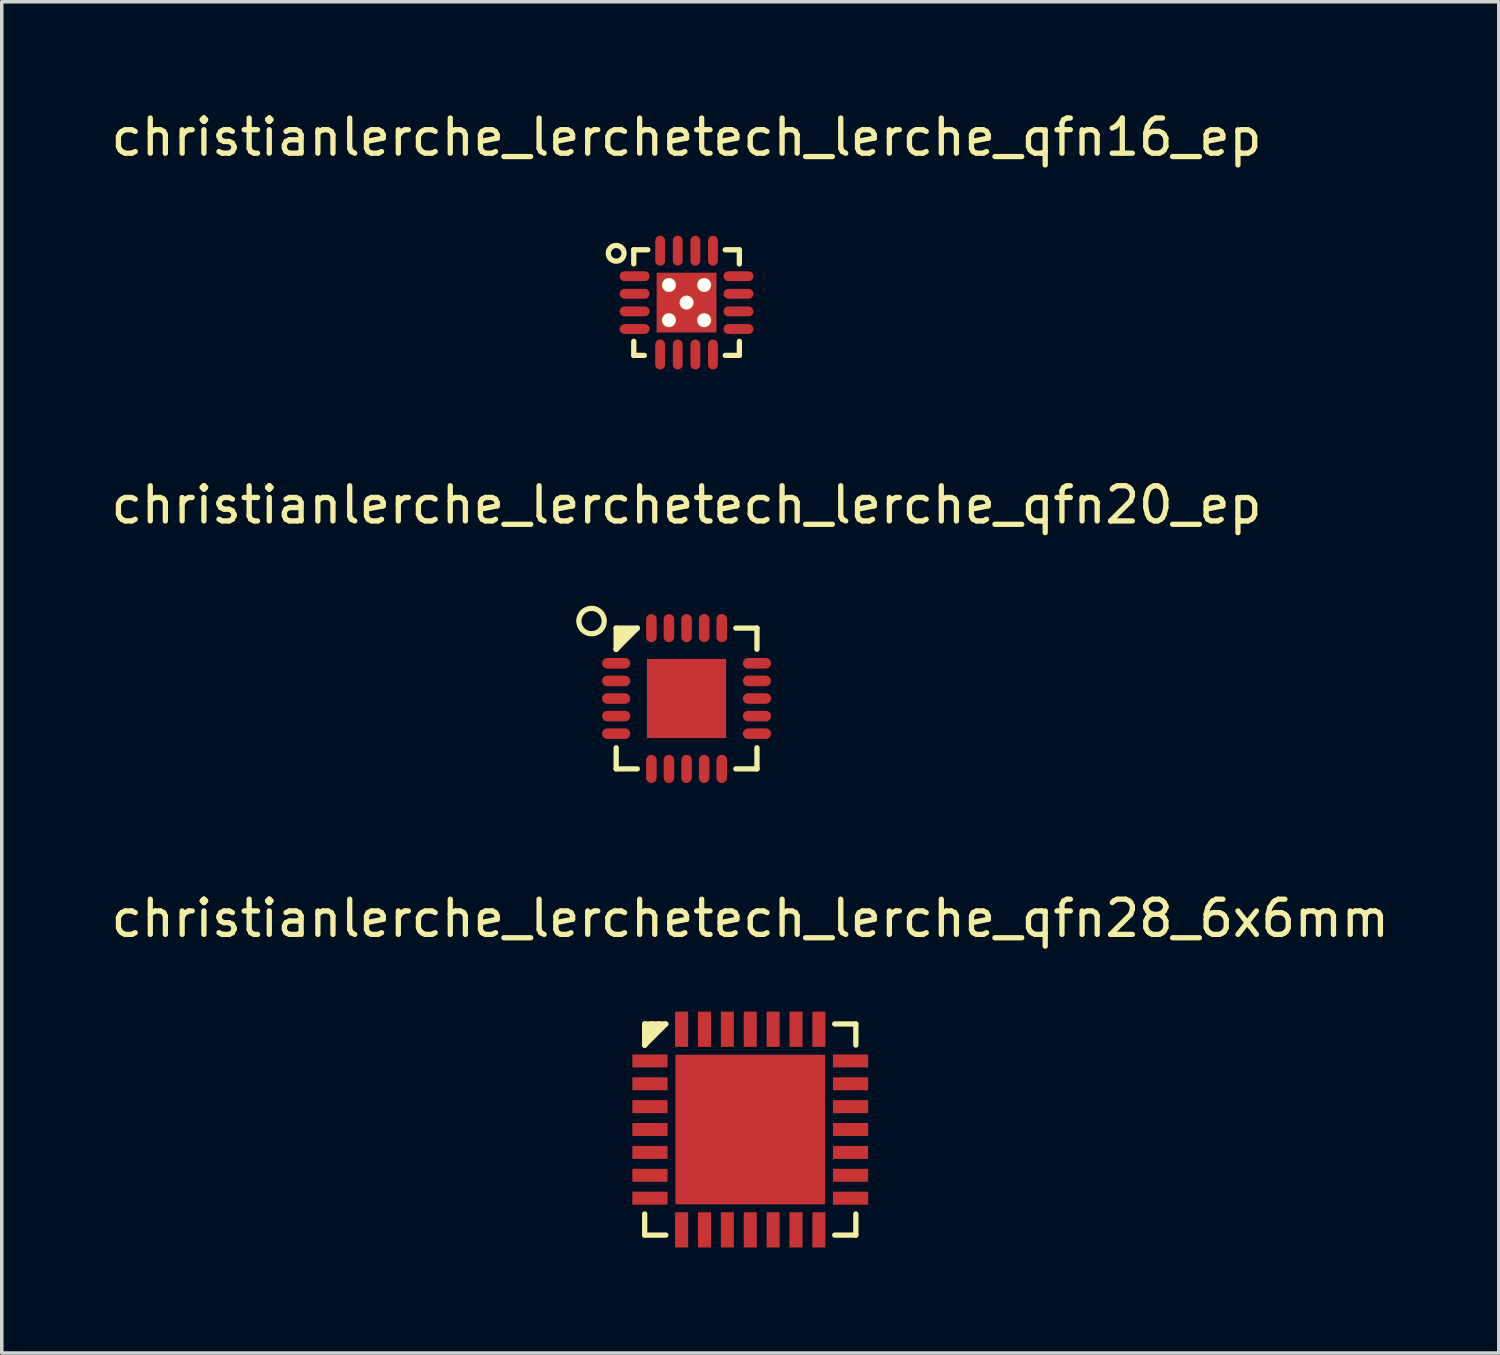
<source format=kicad_pcb>
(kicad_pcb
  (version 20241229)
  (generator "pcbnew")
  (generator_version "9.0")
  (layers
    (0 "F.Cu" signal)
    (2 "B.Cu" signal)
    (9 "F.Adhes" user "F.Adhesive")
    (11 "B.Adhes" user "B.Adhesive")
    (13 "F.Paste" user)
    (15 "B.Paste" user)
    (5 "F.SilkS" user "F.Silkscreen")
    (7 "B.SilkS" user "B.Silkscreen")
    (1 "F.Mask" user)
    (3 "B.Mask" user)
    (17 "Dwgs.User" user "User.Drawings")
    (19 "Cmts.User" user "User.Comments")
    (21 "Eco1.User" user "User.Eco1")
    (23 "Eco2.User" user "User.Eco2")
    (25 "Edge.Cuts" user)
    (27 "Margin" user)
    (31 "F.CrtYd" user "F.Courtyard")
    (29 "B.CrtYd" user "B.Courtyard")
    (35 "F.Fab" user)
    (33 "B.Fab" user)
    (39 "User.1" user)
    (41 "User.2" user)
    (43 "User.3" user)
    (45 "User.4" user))
  (footprint "christianlerche_lerchetech_lerche_qfn20_ep"
    (layer "F.Cu")
    (at 16.458 16.797)
    (property "Reference" "christianlerche_lerchetech_lerche_qfn20_ep" (at 0 -5.5 0) (layer "F.SilkS") (effects (font (size 1 1) (thickness 0.15))))
    (attr through_hole)
    (fp_line (start -2 -2) (end -2 -1.4) (stroke (width 0.15) (type solid)) (layer "F.SilkS"))
    (fp_line (start -2 -2) (end -1.4 -2) (stroke (width 0.15) (type solid)) (layer "F.SilkS"))
    (fp_line (start -2 -1.4) (end -1.6 -1.9) (stroke (width 0.15) (type solid)) (layer "F.SilkS"))
    (fp_line (start -2 1.4) (end -2 2) (stroke (width 0.15) (type solid)) (layer "F.SilkS"))
    (fp_line (start -2 2) (end -1.4 2) (stroke (width 0.15) (type solid)) (layer "F.SilkS"))
    (fp_line (start -1.9 -1.9) (end -1.9 -1.8) (stroke (width 0.15) (type solid)) (layer "F.SilkS"))
    (fp_line (start -1.9 -1.7) (end -1.9 -1.8) (stroke (width 0.15) (type solid)) (layer "F.SilkS"))
    (fp_line (start -1.9 -1.6) (end -1.7 -1.9) (stroke (width 0.15) (type solid)) (layer "F.SilkS"))
    (fp_line (start -1.7 -1.9) (end -1.9 -1.9) (stroke (width 0.15) (type solid)) (layer "F.SilkS"))
    (fp_line (start -1.6 -1.9) (end -1.9 -1.6) (stroke (width 0.15) (type solid)) (layer "F.SilkS"))
    (fp_line (start -1.4 -2) (end -2 -1.4) (stroke (width 0.15) (type solid)) (layer "F.SilkS"))
    (fp_line (start 1.4 -2) (end 2 -2) (stroke (width 0.15) (type solid)) (layer "F.SilkS"))
    (fp_line (start 1.4 2) (end 2 2) (stroke (width 0.15) (type solid)) (layer "F.SilkS"))
    (fp_line (start 2 -2) (end 2 -1.4) (stroke (width 0.15) (type solid)) (layer "F.SilkS"))
    (fp_line (start 2 2) (end 2 1.4) (stroke (width 0.15) (type solid)) (layer "F.SilkS"))
    (fp_circle (center -2.7 -2.2) (end -2.5 -1.9) (stroke (width 0.15) (type solid)) (fill no) (layer "F.SilkS"))
    (pad "1" smd oval (at -2 -1) (size 0.8 0.3) (layers "F.Cu" "F.Mask" "F.Paste"))
    (pad "2" smd oval (at -2 -0.5) (size 0.8 0.3) (layers "F.Cu" "F.Mask" "F.Paste"))
    (pad "3" smd oval (at -2 0) (size 0.8 0.3) (layers "F.Cu" "F.Mask" "F.Paste"))
    (pad "4" smd oval (at -2 0.5) (size 0.8 0.3) (layers "F.Cu" "F.Mask" "F.Paste"))
    (pad "5" smd oval (at -2 1) (size 0.8 0.3) (layers "F.Cu" "F.Mask" "F.Paste"))
    (pad "6" smd oval (at -1 2) (size 0.3 0.8) (layers "F.Cu" "F.Mask" "F.Paste"))
    (pad "7" smd oval (at -0.5 2) (size 0.3 0.8) (layers "F.Cu" "F.Mask" "F.Paste"))
    (pad "8" smd oval (at 0 2) (size 0.3 0.8) (layers "F.Cu" "F.Mask" "F.Paste"))
    (pad "9" smd oval (at 0.5 2) (size 0.3 0.8) (layers "F.Cu" "F.Mask" "F.Paste"))
    (pad "10" smd oval (at 1 2) (size 0.3 0.8) (layers "F.Cu" "F.Mask" "F.Paste"))
    (pad "11" smd oval (at 2 1) (size 0.8 0.3) (layers "F.Cu" "F.Mask" "F.Paste"))
    (pad "12" smd oval (at 2 0.5) (size 0.8 0.3) (layers "F.Cu" "F.Mask" "F.Paste"))
    (pad "13" smd oval (at 2 0) (size 0.8 0.3) (layers "F.Cu" "F.Mask" "F.Paste"))
    (pad "14" smd oval (at 2 -0.5) (size 0.8 0.3) (layers "F.Cu" "F.Mask" "F.Paste"))
    (pad "15" smd oval (at 2 -1) (size 0.8 0.3) (layers "F.Cu" "F.Mask" "F.Paste"))
    (pad "16" smd oval (at 1 -2) (size 0.3 0.8) (layers "F.Cu" "F.Mask" "F.Paste"))
    (pad "17" smd oval (at 0.5 -2) (size 0.3 0.8) (layers "F.Cu" "F.Mask" "F.Paste"))
    (pad "18" smd oval (at 0 -2) (size 0.3 0.8) (layers "F.Cu" "F.Mask" "F.Paste"))
    (pad "19" smd oval (at -0.5 -2) (size 0.3 0.8) (layers "F.Cu" "F.Mask" "F.Paste"))
    (pad "20" smd oval (at -1 -2) (size 0.3 0.8) (layers "F.Cu" "F.Mask" "F.Paste"))
    (pad "PAD" smd rect (at 0 0) (size 2.25 2.25) (layers "F.Cu" "F.Mask" "F.Paste")))
  (footprint "christianlerche_lerchetech_lerche_qfn16_ep"
    (layer "F.Cu")
    (at 16.458 5.548)
    (property "Reference" "christianlerche_lerchetech_lerche_qfn16_ep" (at 0 -4.7 0) (layer "F.SilkS") (effects (font (size 1 1) (thickness 0.15))))
    (attr through_hole)
    (fp_line (start -1.5 -1.5) (end -1.5 -1.1) (stroke (width 0.15) (type solid)) (layer "F.SilkS"))
    (fp_line (start -1.5 1.5) (end -1.5 1.1) (stroke (width 0.15) (type solid)) (layer "F.SilkS"))
    (fp_line (start -1.2 1.5) (end -1.5 1.5) (stroke (width 0.15) (type solid)) (layer "F.SilkS"))
    (fp_line (start -1.1 -1.5) (end -1.5 -1.5) (stroke (width 0.15) (type solid)) (layer "F.SilkS"))
    (fp_line (start 1.1 -1.5) (end 1.5 -1.5) (stroke (width 0.15) (type solid)) (layer "F.SilkS"))
    (fp_line (start 1.1 1.5) (end 1.5 1.5) (stroke (width 0.15) (type solid)) (layer "F.SilkS"))
    (fp_line (start 1.5 -1.5) (end 1.5 -1.1) (stroke (width 0.15) (type solid)) (layer "F.SilkS"))
    (fp_line (start 1.5 1.5) (end 1.5 1.1) (stroke (width 0.15) (type solid)) (layer "F.SilkS"))
    (fp_circle (center -2 -1.4) (end -2.1 -1.2) (stroke (width 0.15) (type solid)) (fill no) (layer "F.SilkS"))
    (pad "1" smd oval (at -1.475 -0.75) (size 0.85 0.28) (layers "F.Cu" "F.Mask" "F.Paste"))
    (pad "2" smd oval (at -1.475 -0.25) (size 0.85 0.28) (layers "F.Cu" "F.Mask" "F.Paste"))
    (pad "3" smd oval (at -1.475 0.25) (size 0.85 0.28) (layers "F.Cu" "F.Mask" "F.Paste"))
    (pad "4" smd oval (at -1.475 0.75) (size 0.85 0.28) (layers "F.Cu" "F.Mask" "F.Paste"))
    (pad "5" smd oval (at -0.75 1.475) (size 0.28 0.85) (layers "F.Cu" "F.Mask" "F.Paste"))
    (pad "6" smd oval (at -0.25 1.475) (size 0.28 0.85) (layers "F.Cu" "F.Mask" "F.Paste"))
    (pad "7" smd oval (at 0.25 1.475) (size 0.28 0.85) (layers "F.Cu" "F.Mask" "F.Paste"))
    (pad "8" smd oval (at 0.75 1.475) (size 0.28 0.85) (layers "F.Cu" "F.Mask" "F.Paste"))
    (pad "9" smd oval (at 1.475 0.75) (size 0.85 0.28) (layers "F.Cu" "F.Mask" "F.Paste"))
    (pad "10" smd oval (at 1.475 0.25) (size 0.85 0.28) (layers "F.Cu" "F.Mask" "F.Paste"))
    (pad "11" smd oval (at 1.475 -0.25) (size 0.85 0.28) (layers "F.Cu" "F.Mask" "F.Paste"))
    (pad "12" smd oval (at 1.475 -0.75) (size 0.85 0.28) (layers "F.Cu" "F.Mask" "F.Paste"))
    (pad "13" smd oval (at 0.75 -1.475) (size 0.28 0.85) (layers "F.Cu" "F.Mask" "F.Paste"))
    (pad "14" smd oval (at 0.25 -1.475) (size 0.28 0.85) (layers "F.Cu" "F.Mask" "F.Paste"))
    (pad "15" smd oval (at -0.25 -1.475) (size 0.28 0.85) (layers "F.Cu" "F.Mask" "F.Paste"))
    (pad "16" smd oval (at -0.75 -1.475) (size 0.28 0.85) (layers "F.Cu" "F.Mask" "F.Paste"))
    (pad "PAD" thru_hole circle (at -0.5 -0.5) (size 0.4 0.4) (drill 0.35) (layers "*.Cu" "*.Mask" "F.SilkS"))
    (pad "PAD" thru_hole circle (at -0.5 0.5) (size 0.4 0.4) (drill 0.35) (layers "*.Cu" "*.Mask" "F.SilkS"))
    (pad "PAD" thru_hole circle (at 0 0) (size 0.4 0.4) (drill 0.35) (layers "*.Cu" "*.Mask" "F.SilkS"))
    (pad "PAD" smd rect (at 0 0) (size 1.7 1.7) (layers "F.Cu" "F.Mask" "F.Paste"))
    (pad "PAD" thru_hole circle (at 0.5 -0.5) (size 0.4 0.4) (drill 0.35) (layers "*.Cu" "*.Mask" "F.SilkS"))
    (pad "PAD" thru_hole circle (at 0.5 0.5) (size 0.4 0.4) (drill 0.35) (layers "*.Cu" "*.Mask" "F.SilkS")))
  (footprint "christianlerche_lerchetech_lerche_qfn28_6x6mm"
    (layer "F.Cu")
    (at 18.268 29.045)
    (property "Reference" "christianlerche_lerchetech_lerche_qfn28_6x6mm" (at 0 -6 0) (layer "F.SilkS") (effects (font (size 1 1) (thickness 0.15))))
    (attr through_hole)
    (fp_line (start -3 -3) (end -3 -2.4) (stroke (width 0.15) (type solid)) (layer "F.SilkS"))
    (fp_line (start -3 -2.4) (end -2.6 -3) (stroke (width 0.15) (type solid)) (layer "F.SilkS"))
    (fp_line (start -3 2.4) (end -3 3) (stroke (width 0.15) (type solid)) (layer "F.SilkS"))
    (fp_line (start -3 3) (end -2.4 3) (stroke (width 0.15) (type solid)) (layer "F.SilkS"))
    (fp_line (start -2.9 -2.9) (end -3 -2.9) (stroke (width 0.15) (type solid)) (layer "F.SilkS"))
    (fp_line (start -2.9 -2.7) (end -2.8 -3) (stroke (width 0.15) (type solid)) (layer "F.SilkS"))
    (fp_line (start -2.8 -3) (end -2.9 -2.9) (stroke (width 0.15) (type solid)) (layer "F.SilkS"))
    (fp_line (start -2.6 -3) (end -2.9 -2.7) (stroke (width 0.15) (type solid)) (layer "F.SilkS"))
    (fp_line (start -2.4 -3) (end -3 -3) (stroke (width 0.15) (type solid)) (layer "F.SilkS"))
    (fp_line (start -2.4 -3) (end -3 -2.4) (stroke (width 0.15) (type solid)) (layer "F.SilkS"))
    (fp_line (start 2.4 -3) (end 3 -3) (stroke (width 0.15) (type solid)) (layer "F.SilkS"))
    (fp_line (start 2.4 3) (end 3 3) (stroke (width 0.15) (type solid)) (layer "F.SilkS"))
    (fp_line (start 3 -3) (end 3 -2.4) (stroke (width 0.15) (type solid)) (layer "F.SilkS"))
    (fp_line (start 3 3) (end 3 2.4) (stroke (width 0.15) (type solid)) (layer "F.SilkS"))
    (pad "1" smd rect (at -2.85 -1.95) (size 1 0.37) (layers "F.Cu" "F.Mask" "F.Paste"))
    (pad "2" smd rect (at -2.85 -1.3) (size 1 0.37) (layers "F.Cu" "F.Mask" "F.Paste"))
    (pad "3" smd rect (at -2.85 -0.65) (size 1 0.37) (layers "F.Cu" "F.Mask" "F.Paste"))
    (pad "4" smd rect (at -2.85 0) (size 1 0.37) (layers "F.Cu" "F.Mask" "F.Paste"))
    (pad "5" smd rect (at -2.85 0.65) (size 1 0.37) (layers "F.Cu" "F.Mask" "F.Paste"))
    (pad "6" smd rect (at -2.85 1.3) (size 1 0.37) (layers "F.Cu" "F.Mask" "F.Paste"))
    (pad "7" smd rect (at -2.85 1.95) (size 1 0.37) (layers "F.Cu" "F.Mask" "F.Paste"))
    (pad "8" smd rect (at -1.95 2.85) (size 0.37 1) (layers "F.Cu" "F.Mask" "F.Paste"))
    (pad "9" smd rect (at -1.3 2.85) (size 0.37 1) (layers "F.Cu" "F.Mask" "F.Paste"))
    (pad "10" smd rect (at -0.65 2.85) (size 0.37 1) (layers "F.Cu" "F.Mask" "F.Paste"))
    (pad "11" smd rect (at 0 2.85) (size 0.37 1) (layers "F.Cu" "F.Mask" "F.Paste"))
    (pad "12" smd rect (at 0.65 2.85) (size 0.37 1) (layers "F.Cu" "F.Mask" "F.Paste"))
    (pad "13" smd rect (at 1.3 2.85) (size 0.37 1) (layers "F.Cu" "F.Mask" "F.Paste"))
    (pad "14" smd rect (at 1.95 2.85) (size 0.37 1) (layers "F.Cu" "F.Mask" "F.Paste"))
    (pad "15" smd rect (at 2.85 1.95) (size 1 0.37) (layers "F.Cu" "F.Mask" "F.Paste"))
    (pad "16" smd rect (at 2.85 1.3) (size 1 0.37) (layers "F.Cu" "F.Mask" "F.Paste"))
    (pad "17" smd rect (at 2.85 0.65) (size 1 0.37) (layers "F.Cu" "F.Mask" "F.Paste"))
    (pad "18" smd rect (at 2.85 0) (size 1 0.37) (layers "F.Cu" "F.Mask" "F.Paste"))
    (pad "19" smd rect (at 2.85 -0.65) (size 1 0.37) (layers "F.Cu" "F.Mask" "F.Paste"))
    (pad "20" smd rect (at 2.85 -1.3) (size 1 0.37) (layers "F.Cu" "F.Mask" "F.Paste"))
    (pad "21" smd rect (at 2.85 -1.95) (size 1 0.37) (layers "F.Cu" "F.Mask" "F.Paste"))
    (pad "22" smd rect (at 1.95 -2.85) (size 0.37 1) (layers "F.Cu" "F.Mask" "F.Paste"))
    (pad "23" smd rect (at 1.3 -2.85) (size 0.37 1) (layers "F.Cu" "F.Mask" "F.Paste"))
    (pad "24" smd rect (at 0.65 -2.85) (size 0.37 1) (layers "F.Cu" "F.Mask" "F.Paste"))
    (pad "25" smd rect (at 0 -2.85) (size 0.37 1) (layers "F.Cu" "F.Mask" "F.Paste"))
    (pad "26" smd rect (at -0.65 -2.85) (size 0.37 1) (layers "F.Cu" "F.Mask" "F.Paste"))
    (pad "27" smd rect (at -1.3 -2.85) (size 0.37 1) (layers "F.Cu" "F.Mask" "F.Paste"))
    (pad "28" smd rect (at -1.95 -2.85) (size 0.37 1) (layers "F.Cu" "F.Mask" "F.Paste"))
    (pad "PAD" smd rect (at 0 0) (size 4.25 4.25) (layers "F.Cu" "F.Mask" "F.Paste")))
  (gr_rect
    (start -3 -3)
    (end 39.536 35.395)
    (stroke (width 0.1) (type default))
    (fill no)
    (layer "Edge.Cuts")))
</source>
